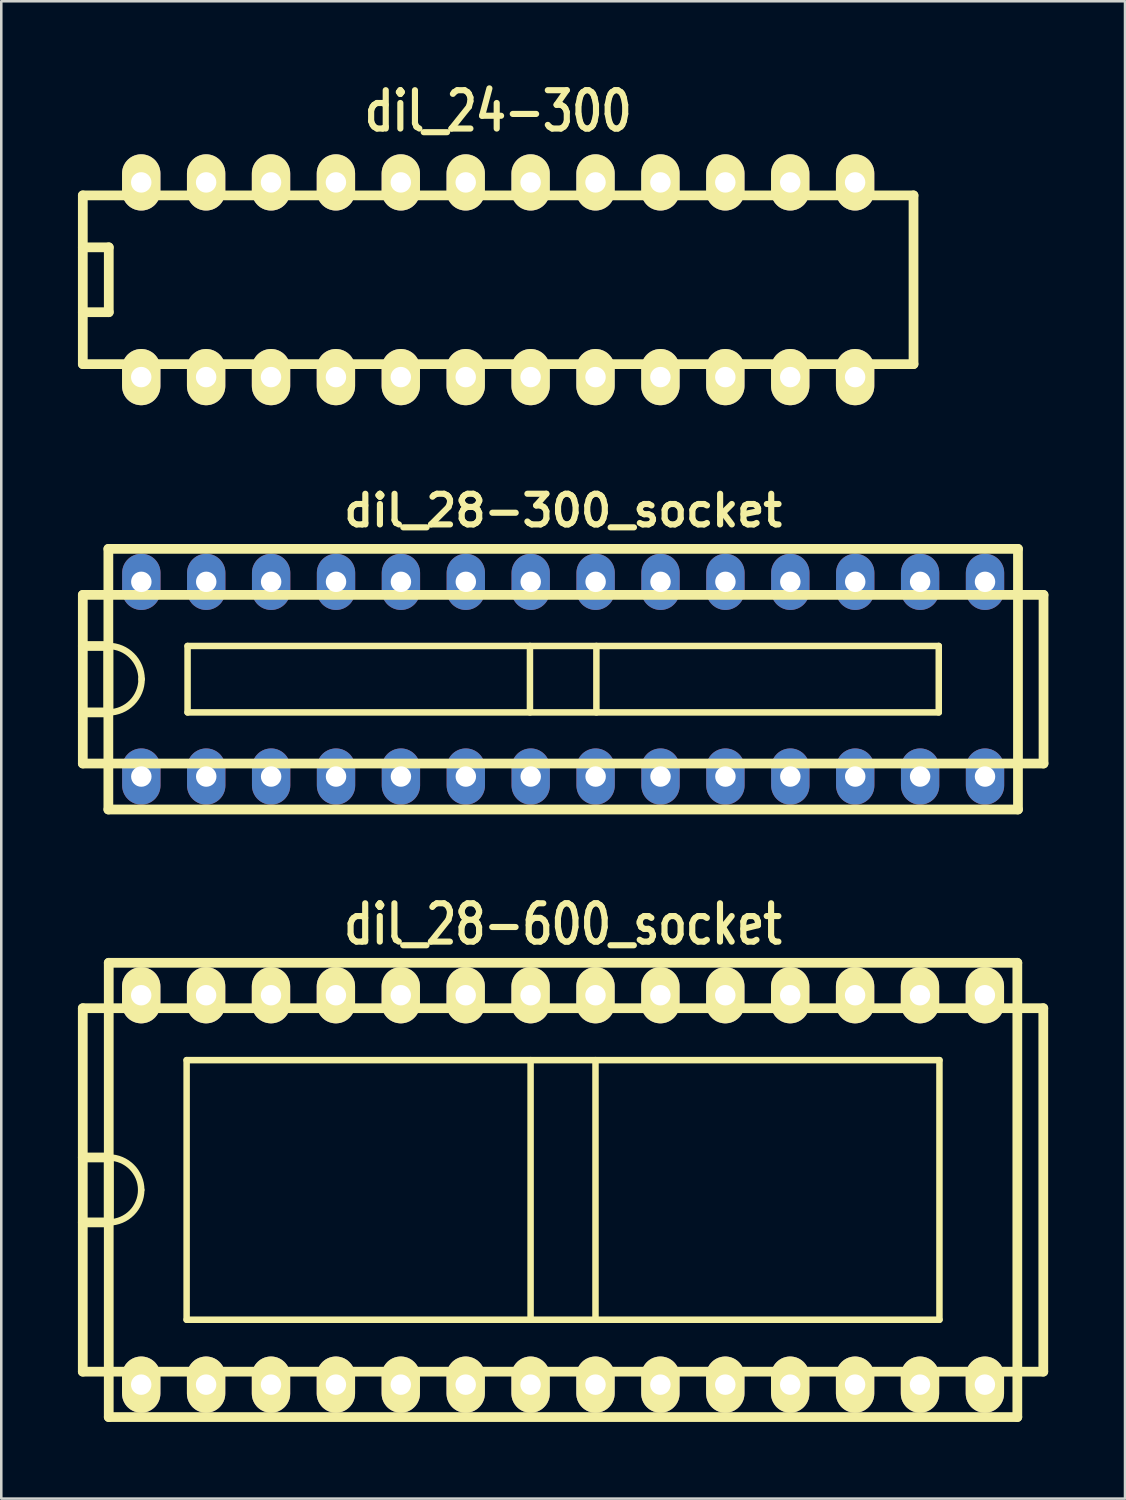
<source format=kicad_pcb>
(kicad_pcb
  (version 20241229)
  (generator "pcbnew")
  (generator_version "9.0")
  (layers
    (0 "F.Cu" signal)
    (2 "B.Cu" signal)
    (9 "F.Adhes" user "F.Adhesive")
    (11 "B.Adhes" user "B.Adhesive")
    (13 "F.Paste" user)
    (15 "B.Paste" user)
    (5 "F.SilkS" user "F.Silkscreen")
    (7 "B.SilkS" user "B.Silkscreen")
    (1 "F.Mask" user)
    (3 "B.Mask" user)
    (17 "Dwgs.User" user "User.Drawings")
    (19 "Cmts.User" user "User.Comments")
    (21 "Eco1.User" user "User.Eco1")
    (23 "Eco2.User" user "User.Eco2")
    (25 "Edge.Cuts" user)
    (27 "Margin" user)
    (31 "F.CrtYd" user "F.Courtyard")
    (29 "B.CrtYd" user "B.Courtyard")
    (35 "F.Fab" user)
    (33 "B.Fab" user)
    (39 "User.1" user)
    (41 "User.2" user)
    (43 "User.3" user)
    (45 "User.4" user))
  (footprint "dil_24-300"
    (layer "F.Cu")
    (at 16.447 7.899)
    (property "Reference" "dil_24-300" (at 0 -6.6 0) (layer "F.SilkS") (effects (font (size 1.5 1.2) (thickness 0.24))))
    (attr through_hole)
    (fp_line (start -16.256 -3.302) (end 16.256 -3.302) (stroke (width 0.381) (type solid)) (layer "F.SilkS"))
    (fp_line (start -16.256 3.302) (end -16.256 -3.302) (stroke (width 0.381) (type solid)) (layer "F.SilkS"))
    (fp_line (start -15.24 -1.27) (end -16.256 -1.27) (stroke (width 0.381) (type solid)) (layer "F.SilkS"))
    (fp_line (start -15.24 -1.27) (end -15.24 1.27) (stroke (width 0.381) (type solid)) (layer "F.SilkS"))
    (fp_line (start -15.24 1.27) (end -16.256 1.27) (stroke (width 0.381) (type solid)) (layer "F.SilkS"))
    (fp_line (start 16.256 -3.302) (end 16.256 3.302) (stroke (width 0.381) (type solid)) (layer "F.SilkS"))
    (fp_line (start 16.256 3.302) (end -16.256 3.302) (stroke (width 0.381) (type solid)) (layer "F.SilkS"))
    (pad "1" thru_hole oval (at -13.97 3.81) (size 1.5 2.2) (drill 0.8) (layers "*.Cu" "*.Mask" "F.SilkS"))
    (pad "2" thru_hole oval (at -11.43 3.81) (size 1.5 2.2) (drill 0.8) (layers "*.Cu" "*.Mask" "F.SilkS"))
    (pad "3" thru_hole oval (at -8.89 3.81) (size 1.5 2.2) (drill 0.8) (layers "*.Cu" "*.Mask" "F.SilkS"))
    (pad "4" thru_hole oval (at -6.35 3.81) (size 1.5 2.2) (drill 0.8) (layers "*.Cu" "*.Mask" "F.SilkS"))
    (pad "5" thru_hole oval (at -3.81 3.81) (size 1.5 2.2) (drill 0.8) (layers "*.Cu" "*.Mask" "F.SilkS"))
    (pad "6" thru_hole oval (at -1.27 3.81) (size 1.5 2.2) (drill 0.8) (layers "*.Cu" "*.Mask" "F.SilkS"))
    (pad "7" thru_hole oval (at 1.27 3.81) (size 1.5 2.2) (drill 0.8) (layers "*.Cu" "*.Mask" "F.SilkS"))
    (pad "8" thru_hole oval (at 3.81 3.81) (size 1.5 2.2) (drill 0.8) (layers "*.Cu" "*.Mask" "F.SilkS"))
    (pad "9" thru_hole oval (at 6.35 3.81) (size 1.5 2.2) (drill 0.8) (layers "*.Cu" "*.Mask" "F.SilkS"))
    (pad "10" thru_hole oval (at 8.89 3.81) (size 1.5 2.2) (drill 0.8) (layers "*.Cu" "*.Mask" "F.SilkS"))
    (pad "11" thru_hole oval (at 11.43 3.81) (size 1.5 2.2) (drill 0.8) (layers "*.Cu" "*.Mask" "F.SilkS"))
    (pad "12" thru_hole oval (at 13.97 3.81) (size 1.5 2.2) (drill 0.8) (layers "*.Cu" "*.Mask" "F.SilkS"))
    (pad "13" thru_hole oval (at 13.97 -3.81) (size 1.5 2.2) (drill 0.8) (layers "*.Cu" "*.Mask" "F.SilkS"))
    (pad "14" thru_hole oval (at 11.43 -3.81) (size 1.5 2.2) (drill 0.8) (layers "*.Cu" "*.Mask" "F.SilkS"))
    (pad "15" thru_hole oval (at 8.89 -3.81) (size 1.5 2.2) (drill 0.8) (layers "*.Cu" "*.Mask" "F.SilkS"))
    (pad "16" thru_hole oval (at 6.35 -3.81) (size 1.5 2.2) (drill 0.8) (layers "*.Cu" "*.Mask" "F.SilkS"))
    (pad "17" thru_hole oval (at 3.81 -3.81) (size 1.5 2.2) (drill 0.8) (layers "*.Cu" "*.Mask" "F.SilkS"))
    (pad "18" thru_hole oval (at 1.27 -3.81) (size 1.5 2.2) (drill 0.8) (layers "*.Cu" "*.Mask" "F.SilkS"))
    (pad "19" thru_hole oval (at -1.27 -3.81) (size 1.5 2.2) (drill 0.8) (layers "*.Cu" "*.Mask" "F.SilkS"))
    (pad "20" thru_hole oval (at -3.81 -3.81) (size 1.5 2.2) (drill 0.8) (layers "*.Cu" "*.Mask" "F.SilkS"))
    (pad "21" thru_hole oval (at -6.35 -3.81) (size 1.5 2.2) (drill 0.8) (layers "*.Cu" "*.Mask" "F.SilkS"))
    (pad "22" thru_hole oval (at -8.89 -3.81) (size 1.5 2.2) (drill 0.8) (layers "*.Cu" "*.Mask" "F.SilkS"))
    (pad "23" thru_hole oval (at -11.43 -3.81) (size 1.5 2.2) (drill 0.8) (layers "*.Cu" "*.Mask" "F.SilkS"))
    (pad "24" thru_hole oval (at -13.97 -3.81) (size 1.5 2.2) (drill 0.8) (layers "*.Cu" "*.Mask" "F.SilkS")))
  (footprint "dil_28-300_socket"
    (layer "F.Cu")
    (at 18.991 23.532)
    (property "Reference" "dil_28-300_socket" (at 0 -6.6 0) (layer "F.SilkS") (effects (font (size 1.2 1.2) (thickness 0.24))))
    (attr through_hole)
    (fp_line (start -18.8 3.3) (end -18.8 -3.3) (stroke (width 0.381) (type solid)) (layer "F.SilkS"))
    (fp_line (start -17.8 -5.1) (end 17.8 -5.1) (stroke (width 0.381) (type solid)) (layer "F.SilkS"))
    (fp_line (start -17.8 -1.3) (end -18.8 -1.3) (stroke (width 0.381) (type solid)) (layer "F.SilkS"))
    (fp_line (start -17.8 -1.3) (end -17.8 1.3) (stroke (width 0.381) (type solid)) (layer "F.SilkS"))
    (fp_line (start -17.8 1.3) (end -18.8 1.3) (stroke (width 0.381) (type solid)) (layer "F.SilkS"))
    (fp_line (start -17.8 5.1) (end -17.8 -5.1) (stroke (width 0.381) (type solid)) (layer "F.SilkS"))
    (fp_line (start -17.8 5.1) (end 17.8 5.1) (stroke (width 0.381) (type solid)) (layer "F.SilkS"))
    (fp_line (start -14.7 -1.3) (end -14.7 1.3) (stroke (width 0.254) (type solid)) (layer "F.SilkS"))
    (fp_line (start -14.7 1.3) (end 14.7 1.3) (stroke (width 0.254) (type solid)) (layer "F.SilkS"))
    (fp_line (start -1.3 -1.3) (end -1.3 1.3) (stroke (width 0.254) (type solid)) (layer "F.SilkS"))
    (fp_line (start 1.3 -1.3) (end 1.3 1.3) (stroke (width 0.254) (type solid)) (layer "F.SilkS"))
    (fp_line (start 14.7 -1.3) (end -14.7 -1.3) (stroke (width 0.254) (type solid)) (layer "F.SilkS"))
    (fp_line (start 14.7 1.3) (end 14.7 -1.3) (stroke (width 0.254) (type solid)) (layer "F.SilkS"))
    (fp_line (start 17.8 -5.1) (end 17.8 5.1) (stroke (width 0.381) (type solid)) (layer "F.SilkS"))
    (fp_line (start 18.8 -3.3) (end -18.8 -3.3) (stroke (width 0.381) (type solid)) (layer "F.SilkS"))
    (fp_line (start 18.8 -3.3) (end 18.8 3.3) (stroke (width 0.381) (type solid)) (layer "F.SilkS"))
    (fp_line (start 18.8 3.3) (end -18.8 3.3) (stroke (width 0.381) (type solid)) (layer "F.SilkS"))
    (fp_arc (start -17.8 -1.3) (mid -16.880761 -0.919239) (end -16.5 0) (stroke (width 0.254) (type solid)) (layer "F.SilkS"))
    (fp_arc (start -16.5 0) (mid -16.880761 0.919239) (end -17.8 1.3) (stroke (width 0.254) (type solid)) (layer "F.SilkS"))
    (pad "1" thru_hole oval (at -16.51 3.81) (size 1.5 2.2) (drill 0.8) (layers "*.Cu" "*.Mask"))
    (pad "2" thru_hole oval (at -13.97 3.81) (size 1.5 2.2) (drill 0.8) (layers "*.Cu" "*.Mask"))
    (pad "3" thru_hole oval (at -11.43 3.81) (size 1.5 2.2) (drill 0.8) (layers "*.Cu" "*.Mask"))
    (pad "4" thru_hole oval (at -8.89 3.81) (size 1.5 2.2) (drill 0.8) (layers "*.Cu" "*.Mask"))
    (pad "5" thru_hole oval (at -6.35 3.81) (size 1.5 2.2) (drill 0.8) (layers "*.Cu" "*.Mask"))
    (pad "6" thru_hole oval (at -3.81 3.81) (size 1.5 2.2) (drill 0.8) (layers "*.Cu" "*.Mask"))
    (pad "7" thru_hole oval (at -1.27 3.81) (size 1.5 2.2) (drill 0.8) (layers "*.Cu" "*.Mask"))
    (pad "8" thru_hole oval (at 1.27 3.81) (size 1.5 2.2) (drill 0.8) (layers "*.Cu" "*.Mask"))
    (pad "9" thru_hole oval (at 3.81 3.81) (size 1.5 2.2) (drill 0.8) (layers "*.Cu" "*.Mask"))
    (pad "10" thru_hole oval (at 6.35 3.81) (size 1.5 2.2) (drill 0.8) (layers "*.Cu" "*.Mask"))
    (pad "11" thru_hole oval (at 8.89 3.81) (size 1.5 2.2) (drill 0.8) (layers "*.Cu" "*.Mask"))
    (pad "12" thru_hole oval (at 11.43 3.81) (size 1.5 2.2) (drill 0.8) (layers "*.Cu" "*.Mask"))
    (pad "13" thru_hole oval (at 13.97 3.81) (size 1.5 2.2) (drill 0.8) (layers "*.Cu" "*.Mask"))
    (pad "14" thru_hole oval (at 16.51 3.81) (size 1.5 2.2) (drill 0.8) (layers "*.Cu" "*.Mask"))
    (pad "15" thru_hole oval (at 16.51 -3.81) (size 1.5 2.2) (drill 0.8) (layers "*.Cu" "*.Mask"))
    (pad "16" thru_hole oval (at 13.97 -3.81) (size 1.5 2.2) (drill 0.8) (layers "*.Cu" "*.Mask"))
    (pad "17" thru_hole oval (at 11.43 -3.81) (size 1.5 2.2) (drill 0.8) (layers "*.Cu" "*.Mask"))
    (pad "18" thru_hole oval (at 8.89 -3.81) (size 1.5 2.2) (drill 0.8) (layers "*.Cu" "*.Mask"))
    (pad "19" thru_hole oval (at 6.35 -3.81) (size 1.5 2.2) (drill 0.8) (layers "*.Cu" "*.Mask"))
    (pad "20" thru_hole oval (at 3.81 -3.81) (size 1.5 2.2) (drill 0.8) (layers "*.Cu" "*.Mask"))
    (pad "21" thru_hole oval (at 1.27 -3.81) (size 1.5 2.2) (drill 0.8) (layers "*.Cu" "*.Mask"))
    (pad "22" thru_hole oval (at -1.27 -3.81) (size 1.5 2.2) (drill 0.8) (layers "*.Cu" "*.Mask"))
    (pad "23" thru_hole oval (at -3.81 -3.81) (size 1.5 2.2) (drill 0.8) (layers "*.Cu" "*.Mask"))
    (pad "24" thru_hole oval (at -6.35 -3.81) (size 1.5 2.2) (drill 0.8) (layers "*.Cu" "*.Mask"))
    (pad "25" thru_hole oval (at -8.89 -3.81) (size 1.5 2.2) (drill 0.8) (layers "*.Cu" "*.Mask"))
    (pad "26" thru_hole oval (at -11.43 -3.81) (size 1.5 2.2) (drill 0.8) (layers "*.Cu" "*.Mask"))
    (pad "27" thru_hole oval (at -13.97 -3.81) (size 1.5 2.2) (drill 0.8) (layers "*.Cu" "*.Mask"))
    (pad "28" thru_hole oval (at -16.51 -3.81) (size 1.5 2.2) (drill 0.8) (layers "*.Cu" "*.Mask")))
  (footprint "dil_28-600_socket"
    (layer "F.Cu")
    (at 18.986 43.521)
    (property "Reference" "dil_28-600_socket" (at 0 -10.4 0) (layer "F.SilkS") (effects (font (size 1.5 1.2) (thickness 0.24))))
    (attr through_hole)
    (fp_line (start -18.796 -7.112) (end -18.796 7.112) (stroke (width 0.381) (type solid)) (layer "F.SilkS"))
    (fp_line (start -17.78 -8.89) (end 17.78 -8.89) (stroke (width 0.381) (type solid)) (layer "F.SilkS"))
    (fp_line (start -17.78 -1.27) (end -18.796 -1.27) (stroke (width 0.381) (type solid)) (layer "F.SilkS"))
    (fp_line (start -17.78 -1.27) (end -17.78 1.27) (stroke (width 0.381) (type solid)) (layer "F.SilkS"))
    (fp_line (start -17.78 1.27) (end -18.796 1.27) (stroke (width 0.381) (type solid)) (layer "F.SilkS"))
    (fp_line (start -17.78 8.89) (end -17.78 -8.89) (stroke (width 0.381) (type solid)) (layer "F.SilkS"))
    (fp_line (start -17.78 8.89) (end 17.78 8.89) (stroke (width 0.381) (type solid)) (layer "F.SilkS"))
    (fp_line (start -14.732 -5.08) (end -14.732 5.08) (stroke (width 0.254) (type solid)) (layer "F.SilkS"))
    (fp_line (start -14.732 5.08) (end 14.732 5.08) (stroke (width 0.254) (type solid)) (layer "F.SilkS"))
    (fp_line (start -1.27 -5.08) (end -1.27 5.08) (stroke (width 0.254) (type solid)) (layer "F.SilkS"))
    (fp_line (start 1.27 5.08) (end 1.27 -5.08) (stroke (width 0.254) (type solid)) (layer "F.SilkS"))
    (fp_line (start 14.732 -5.08) (end -14.732 -5.08) (stroke (width 0.254) (type solid)) (layer "F.SilkS"))
    (fp_line (start 14.732 -5.08) (end 14.732 5.08) (stroke (width 0.254) (type solid)) (layer "F.SilkS"))
    (fp_line (start 17.78 -8.89) (end 17.78 8.89) (stroke (width 0.381) (type solid)) (layer "F.SilkS"))
    (fp_line (start 18.796 -7.112) (end -18.796 -7.112) (stroke (width 0.381) (type solid)) (layer "F.SilkS"))
    (fp_line (start 18.796 7.112) (end -18.796 7.112) (stroke (width 0.381) (type solid)) (layer "F.SilkS"))
    (fp_line (start 18.796 7.112) (end 18.796 -7.112) (stroke (width 0.381) (type solid)) (layer "F.SilkS"))
    (fp_arc (start -17.78 -1.27) (mid -16.881974 -0.898026) (end -16.51 0) (stroke (width 0.254) (type solid)) (layer "F.SilkS"))
    (fp_arc (start -16.51 0) (mid -16.881974 0.898026) (end -17.78 1.27) (stroke (width 0.254) (type solid)) (layer "F.SilkS"))
    (pad "1" thru_hole oval (at -16.51 7.62) (size 1.5 2.2) (drill 0.8) (layers "*.Cu" "*.Mask" "F.SilkS"))
    (pad "2" thru_hole oval (at -13.97 7.62) (size 1.5 2.2) (drill 0.8) (layers "*.Cu" "*.Mask" "F.SilkS"))
    (pad "3" thru_hole oval (at -11.43 7.62) (size 1.5 2.2) (drill 0.8) (layers "*.Cu" "*.Mask" "F.SilkS"))
    (pad "4" thru_hole oval (at -8.89 7.62) (size 1.5 2.2) (drill 0.8) (layers "*.Cu" "*.Mask" "F.SilkS"))
    (pad "5" thru_hole oval (at -6.35 7.62) (size 1.5 2.2) (drill 0.8) (layers "*.Cu" "*.Mask" "F.SilkS"))
    (pad "6" thru_hole oval (at -3.81 7.62) (size 1.5 2.2) (drill 0.8) (layers "*.Cu" "*.Mask" "F.SilkS"))
    (pad "7" thru_hole oval (at -1.27 7.62) (size 1.5 2.2) (drill 0.8) (layers "*.Cu" "*.Mask" "F.SilkS"))
    (pad "8" thru_hole oval (at 1.27 7.62) (size 1.5 2.2) (drill 0.8) (layers "*.Cu" "*.Mask" "F.SilkS"))
    (pad "9" thru_hole oval (at 3.81 7.62) (size 1.5 2.2) (drill 0.8) (layers "*.Cu" "*.Mask" "F.SilkS"))
    (pad "10" thru_hole oval (at 6.35 7.62) (size 1.5 2.2) (drill 0.8) (layers "*.Cu" "*.Mask" "F.SilkS"))
    (pad "11" thru_hole oval (at 8.89 7.62) (size 1.5 2.2) (drill 0.8) (layers "*.Cu" "*.Mask" "F.SilkS"))
    (pad "12" thru_hole oval (at 11.43 7.62) (size 1.5 2.2) (drill 0.8) (layers "*.Cu" "*.Mask" "F.SilkS"))
    (pad "13" thru_hole oval (at 13.97 7.62) (size 1.5 2.2) (drill 0.8) (layers "*.Cu" "*.Mask" "F.SilkS"))
    (pad "14" thru_hole oval (at 16.51 7.62) (size 1.5 2.2) (drill 0.8) (layers "*.Cu" "*.Mask" "F.SilkS"))
    (pad "15" thru_hole oval (at 16.51 -7.62) (size 1.5 2.2) (drill 0.8) (layers "*.Cu" "*.Mask" "F.SilkS"))
    (pad "16" thru_hole oval (at 13.97 -7.62) (size 1.5 2.2) (drill 0.8) (layers "*.Cu" "*.Mask" "F.SilkS"))
    (pad "17" thru_hole oval (at 11.43 -7.62) (size 1.5 2.2) (drill 0.8) (layers "*.Cu" "*.Mask" "F.SilkS"))
    (pad "18" thru_hole oval (at 8.89 -7.62) (size 1.5 2.2) (drill 0.8) (layers "*.Cu" "*.Mask" "F.SilkS"))
    (pad "19" thru_hole oval (at 6.35 -7.62) (size 1.5 2.2) (drill 0.8) (layers "*.Cu" "*.Mask" "F.SilkS"))
    (pad "20" thru_hole oval (at 3.81 -7.62) (size 1.5 2.2) (drill 0.8) (layers "*.Cu" "*.Mask" "F.SilkS"))
    (pad "21" thru_hole oval (at 1.27 -7.62) (size 1.5 2.2) (drill 0.8) (layers "*.Cu" "*.Mask" "F.SilkS"))
    (pad "22" thru_hole oval (at -1.27 -7.62) (size 1.5 2.2) (drill 0.8) (layers "*.Cu" "*.Mask" "F.SilkS"))
    (pad "23" thru_hole oval (at -3.81 -7.62) (size 1.5 2.2) (drill 0.8) (layers "*.Cu" "*.Mask" "F.SilkS"))
    (pad "24" thru_hole oval (at -6.35 -7.62) (size 1.5 2.2) (drill 0.8) (layers "*.Cu" "*.Mask" "F.SilkS"))
    (pad "25" thru_hole oval (at -8.89 -7.62) (size 1.5 2.2) (drill 0.8) (layers "*.Cu" "*.Mask" "F.SilkS"))
    (pad "26" thru_hole oval (at -11.43 -7.62) (size 1.5 2.2) (drill 0.8) (layers "*.Cu" "*.Mask" "F.SilkS"))
    (pad "27" thru_hole oval (at -13.97 -7.62) (size 1.5 2.2) (drill 0.8) (layers "*.Cu" "*.Mask" "F.SilkS"))
    (pad "28" thru_hole oval (at -16.51 -7.62) (size 1.5 2.2) (drill 0.8) (layers "*.Cu" "*.Mask" "F.SilkS")))
  (gr_rect
    (start -3 -3)
    (end 40.981 55.602)
    (stroke (width 0.1) (type default))
    (fill no)
    (layer "Edge.Cuts")))
</source>
